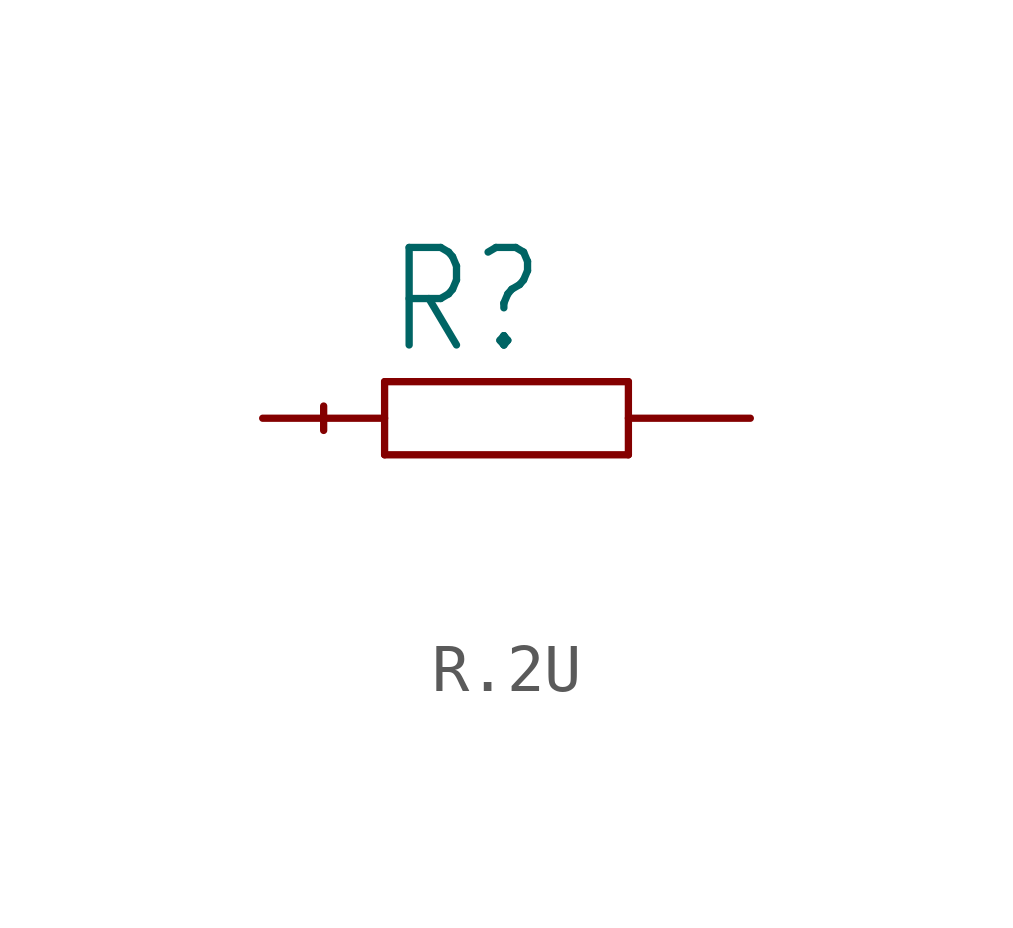
<source format=kicad_sym>
(kicad_symbol_lib
  (version 20241209)
  (generator "kicad_symbol_editor")
  (generator_version "9.0")
  (symbol "R.2U"
    (property "Reference" "R"
      (at -2.54 1.27 0)
      (effects (font (size 2.032 1.727)) (justify left bottom)))
    (property "Value" ""
      (at -3.81 -3.556 0)
      (effects (font (size 2.032 1.727)) (justify left bottom)))
    (property "ki_locked" ""
      (at 0 0 0)
      (effects (font (size 1.27 1.27))))
    (symbol "R.2U_1_0"
      (polyline (pts (xy -3.81 0.254) (xy -3.81 -0.254)) (stroke (width 0.152) (type solid)) (fill (type none)))
      (polyline (pts (xy -2.54 0.762) (xy -2.54 -0.762)) (stroke (width 0.152) (type solid)) (fill (type none)))
      (polyline (pts (xy -2.54 -0.762) (xy 2.54 -0.762)) (stroke (width 0.152) (type solid)) (fill (type none)))
      (polyline (pts (xy 2.54 0.762) (xy -2.54 0.762)) (stroke (width 0.152) (type solid)) (fill (type none)))
      (polyline (pts (xy 2.54 -0.762) (xy 2.54 0.762)) (stroke (width 0.152) (type solid)) (fill (type none)))
      (pin passive line (at -5.08 0 0) (length 2.54) (name "1" (effects (font (size 0 0)))) (number "1" (effects (font (size 0 0)))))
      (pin passive line (at 5.08 0 180) (length 2.54) (name "2" (effects (font (size 0 0)))) (number "2" (effects (font (size 0 0))))))))
</source>
